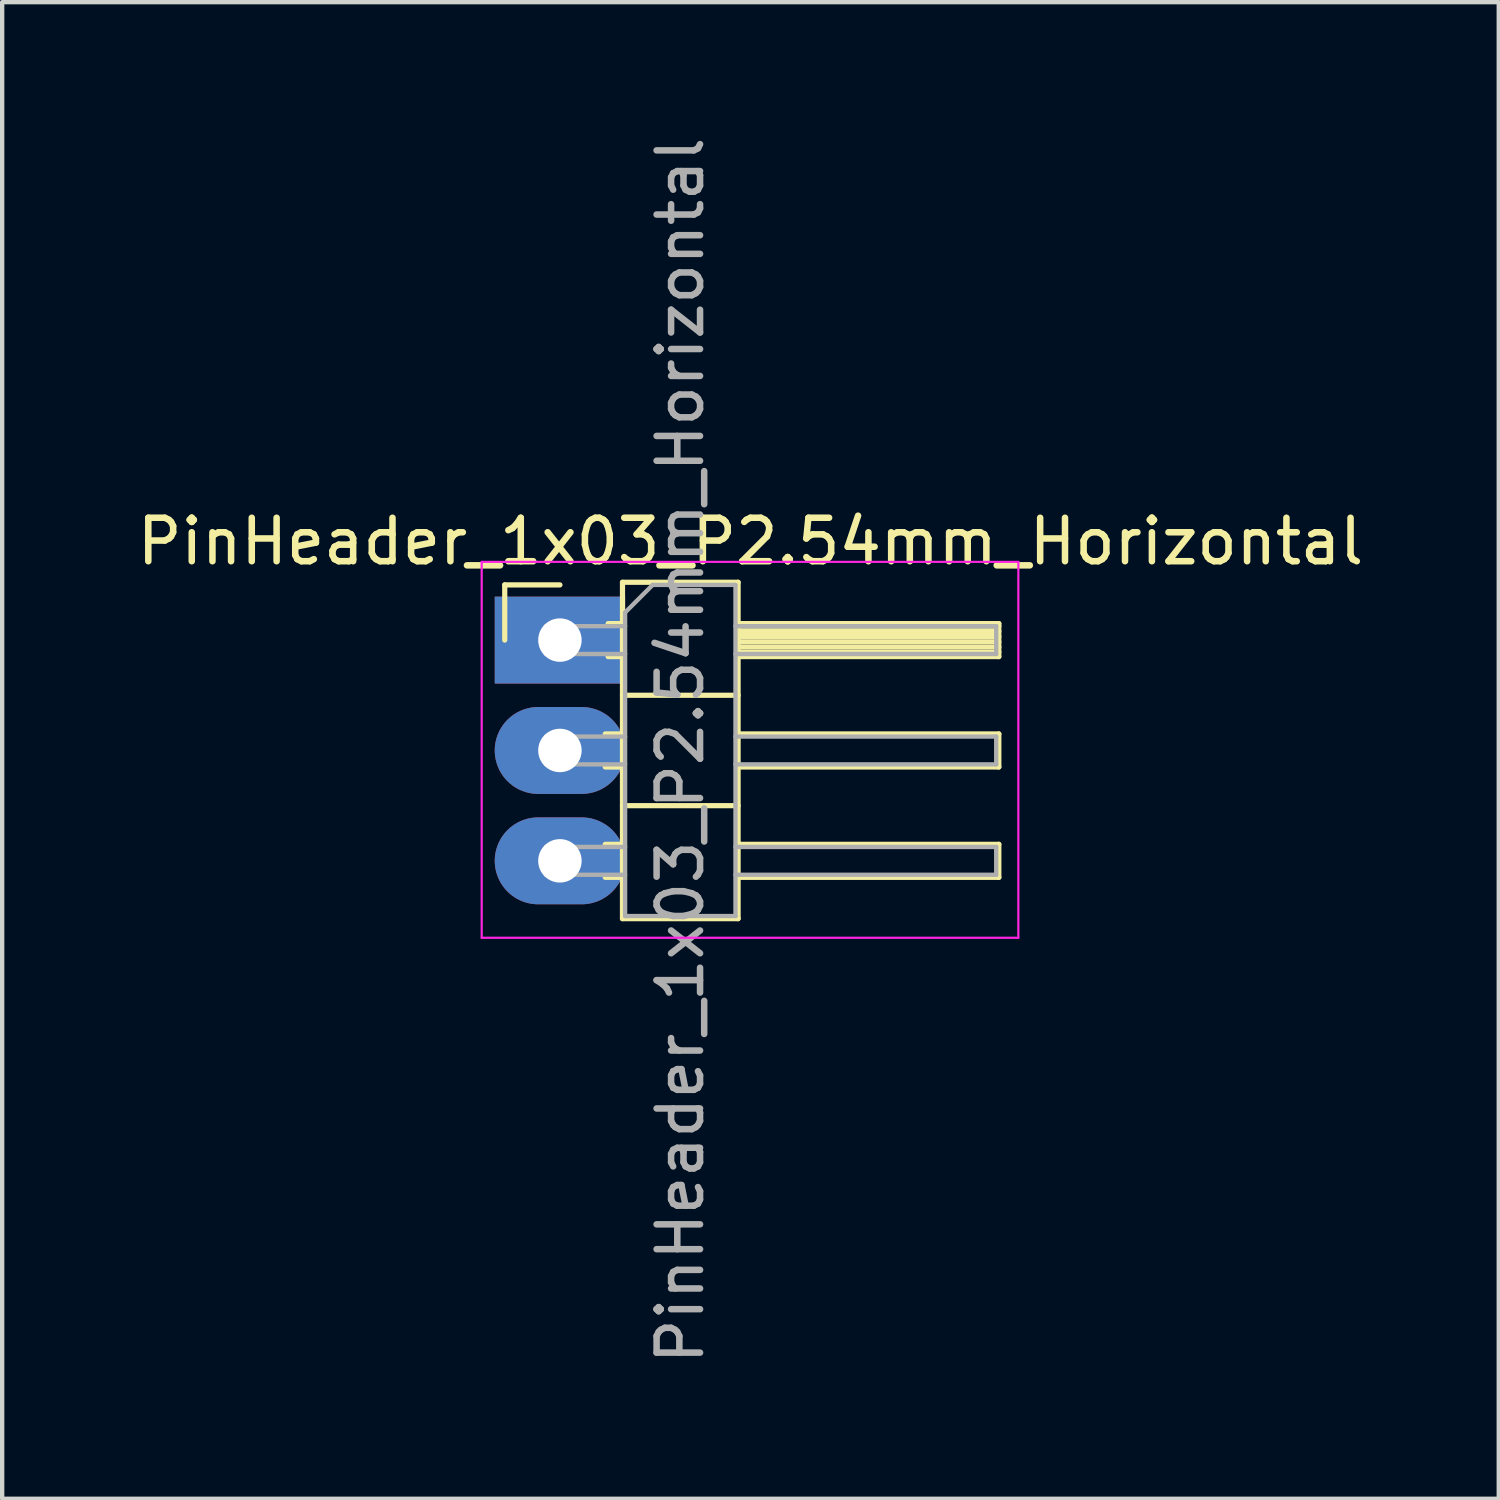
<source format=kicad_pcb>
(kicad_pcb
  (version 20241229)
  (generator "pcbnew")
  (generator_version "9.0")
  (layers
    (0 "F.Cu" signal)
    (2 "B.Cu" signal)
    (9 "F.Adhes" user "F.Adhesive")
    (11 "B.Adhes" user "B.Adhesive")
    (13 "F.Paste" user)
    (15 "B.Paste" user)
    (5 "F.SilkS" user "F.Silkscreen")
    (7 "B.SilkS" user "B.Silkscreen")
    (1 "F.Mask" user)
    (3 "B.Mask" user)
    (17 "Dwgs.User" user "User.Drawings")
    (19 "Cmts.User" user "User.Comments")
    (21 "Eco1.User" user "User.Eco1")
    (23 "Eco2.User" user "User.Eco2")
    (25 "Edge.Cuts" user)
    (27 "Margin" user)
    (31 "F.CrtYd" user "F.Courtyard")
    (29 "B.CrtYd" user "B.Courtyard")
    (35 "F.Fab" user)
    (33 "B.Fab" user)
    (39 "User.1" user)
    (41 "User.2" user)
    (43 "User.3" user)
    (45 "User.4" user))
  (footprint "PinHeader_1x03_P2.54mm_Horizontal"
    (layer "F.Cu")
    (at 9.835 11.68)
    (property "Reference" "PinHeader_1x03_P2.54mm_Horizontal" (at 4.385 -2.27 0) (layer "F.SilkS") (effects (font (size 1 1) (thickness 0.15))))
    (attr through_hole)
    (fp_line (start -1.27 -1.27) (end 0 -1.27) (stroke (width 0.12) (type solid)) (layer "F.SilkS"))
    (fp_line (start -1.27 0) (end -1.27 -1.27) (stroke (width 0.12) (type solid)) (layer "F.SilkS"))
    (fp_line (start 1.043 2.16) (end 1.44 2.16) (stroke (width 0.12) (type solid)) (layer "F.SilkS"))
    (fp_line (start 1.043 2.92) (end 1.44 2.92) (stroke (width 0.12) (type solid)) (layer "F.SilkS"))
    (fp_line (start 1.043 4.7) (end 1.44 4.7) (stroke (width 0.12) (type solid)) (layer "F.SilkS"))
    (fp_line (start 1.043 5.46) (end 1.44 5.46) (stroke (width 0.12) (type solid)) (layer "F.SilkS"))
    (fp_line (start 1.11 -0.38) (end 1.44 -0.38) (stroke (width 0.12) (type solid)) (layer "F.SilkS"))
    (fp_line (start 1.11 0.38) (end 1.44 0.38) (stroke (width 0.12) (type solid)) (layer "F.SilkS"))
    (fp_line (start 1.44 -1.33) (end 1.44 6.41) (stroke (width 0.12) (type solid)) (layer "F.SilkS"))
    (fp_line (start 1.44 1.27) (end 4.1 1.27) (stroke (width 0.12) (type solid)) (layer "F.SilkS"))
    (fp_line (start 1.44 3.81) (end 4.1 3.81) (stroke (width 0.12) (type solid)) (layer "F.SilkS"))
    (fp_line (start 1.44 6.41) (end 4.1 6.41) (stroke (width 0.12) (type solid)) (layer "F.SilkS"))
    (fp_line (start 4.1 -1.33) (end 1.44 -1.33) (stroke (width 0.12) (type solid)) (layer "F.SilkS"))
    (fp_line (start 4.1 -0.38) (end 10.1 -0.38) (stroke (width 0.12) (type solid)) (layer "F.SilkS"))
    (fp_line (start 4.1 -0.32) (end 10.1 -0.32) (stroke (width 0.12) (type solid)) (layer "F.SilkS"))
    (fp_line (start 4.1 -0.2) (end 10.1 -0.2) (stroke (width 0.12) (type solid)) (layer "F.SilkS"))
    (fp_line (start 4.1 -0.08) (end 10.1 -0.08) (stroke (width 0.12) (type solid)) (layer "F.SilkS"))
    (fp_line (start 4.1 0.04) (end 10.1 0.04) (stroke (width 0.12) (type solid)) (layer "F.SilkS"))
    (fp_line (start 4.1 0.16) (end 10.1 0.16) (stroke (width 0.12) (type solid)) (layer "F.SilkS"))
    (fp_line (start 4.1 0.28) (end 10.1 0.28) (stroke (width 0.12) (type solid)) (layer "F.SilkS"))
    (fp_line (start 4.1 2.16) (end 10.1 2.16) (stroke (width 0.12) (type solid)) (layer "F.SilkS"))
    (fp_line (start 4.1 4.7) (end 10.1 4.7) (stroke (width 0.12) (type solid)) (layer "F.SilkS"))
    (fp_line (start 4.1 6.41) (end 4.1 -1.33) (stroke (width 0.12) (type solid)) (layer "F.SilkS"))
    (fp_line (start 10.1 -0.38) (end 10.1 0.38) (stroke (width 0.12) (type solid)) (layer "F.SilkS"))
    (fp_line (start 10.1 0.38) (end 4.1 0.38) (stroke (width 0.12) (type solid)) (layer "F.SilkS"))
    (fp_line (start 10.1 2.16) (end 10.1 2.92) (stroke (width 0.12) (type solid)) (layer "F.SilkS"))
    (fp_line (start 10.1 2.92) (end 4.1 2.92) (stroke (width 0.12) (type solid)) (layer "F.SilkS"))
    (fp_line (start 10.1 4.7) (end 10.1 5.46) (stroke (width 0.12) (type solid)) (layer "F.SilkS"))
    (fp_line (start 10.1 5.46) (end 4.1 5.46) (stroke (width 0.12) (type solid)) (layer "F.SilkS"))
    (fp_line (start -1.8 -1.8) (end -1.8 6.85) (stroke (width 0.05) (type solid)) (layer "F.CrtYd"))
    (fp_line (start -1.8 6.85) (end 10.55 6.85) (stroke (width 0.05) (type solid)) (layer "F.CrtYd"))
    (fp_line (start 10.55 -1.8) (end -1.8 -1.8) (stroke (width 0.05) (type solid)) (layer "F.CrtYd"))
    (fp_line (start 10.55 6.85) (end 10.55 -1.8) (stroke (width 0.05) (type solid)) (layer "F.CrtYd"))
    (fp_line (start -0.32 -0.32) (end -0.32 0.32) (stroke (width 0.1) (type solid)) (layer "F.Fab"))
    (fp_line (start -0.32 -0.32) (end 1.5 -0.32) (stroke (width 0.1) (type solid)) (layer "F.Fab"))
    (fp_line (start -0.32 0.32) (end 1.5 0.32) (stroke (width 0.1) (type solid)) (layer "F.Fab"))
    (fp_line (start -0.32 2.22) (end -0.32 2.86) (stroke (width 0.1) (type solid)) (layer "F.Fab"))
    (fp_line (start -0.32 2.22) (end 1.5 2.22) (stroke (width 0.1) (type solid)) (layer "F.Fab"))
    (fp_line (start -0.32 2.86) (end 1.5 2.86) (stroke (width 0.1) (type solid)) (layer "F.Fab"))
    (fp_line (start -0.32 4.76) (end -0.32 5.4) (stroke (width 0.1) (type solid)) (layer "F.Fab"))
    (fp_line (start -0.32 4.76) (end 1.5 4.76) (stroke (width 0.1) (type solid)) (layer "F.Fab"))
    (fp_line (start -0.32 5.4) (end 1.5 5.4) (stroke (width 0.1) (type solid)) (layer "F.Fab"))
    (fp_line (start 1.5 -0.635) (end 2.135 -1.27) (stroke (width 0.1) (type solid)) (layer "F.Fab"))
    (fp_line (start 1.5 6.35) (end 1.5 -0.635) (stroke (width 0.1) (type solid)) (layer "F.Fab"))
    (fp_line (start 2.135 -1.27) (end 4.04 -1.27) (stroke (width 0.1) (type solid)) (layer "F.Fab"))
    (fp_line (start 4.04 -1.27) (end 4.04 6.35) (stroke (width 0.1) (type solid)) (layer "F.Fab"))
    (fp_line (start 4.04 -0.32) (end 10.04 -0.32) (stroke (width 0.1) (type solid)) (layer "F.Fab"))
    (fp_line (start 4.04 0.32) (end 10.04 0.32) (stroke (width 0.1) (type solid)) (layer "F.Fab"))
    (fp_line (start 4.04 2.22) (end 10.04 2.22) (stroke (width 0.1) (type solid)) (layer "F.Fab"))
    (fp_line (start 4.04 2.86) (end 10.04 2.86) (stroke (width 0.1) (type solid)) (layer "F.Fab"))
    (fp_line (start 4.04 4.76) (end 10.04 4.76) (stroke (width 0.1) (type solid)) (layer "F.Fab"))
    (fp_line (start 4.04 5.4) (end 10.04 5.4) (stroke (width 0.1) (type solid)) (layer "F.Fab"))
    (fp_line (start 4.04 6.35) (end 1.5 6.35) (stroke (width 0.1) (type solid)) (layer "F.Fab"))
    (fp_line (start 10.04 -0.32) (end 10.04 0.32) (stroke (width 0.1) (type solid)) (layer "F.Fab"))
    (fp_line (start 10.04 2.22) (end 10.04 2.86) (stroke (width 0.1) (type solid)) (layer "F.Fab"))
    (fp_line (start 10.04 4.76) (end 10.04 5.4) (stroke (width 0.1) (type solid)) (layer "F.Fab"))
    (fp_text user "${REFERENCE}" (at 2.77 2.54 90) (layer "F.Fab") (effects (font (size 1 1) (thickness 0.15))))
    (pad "1" thru_hole rect (at 0 0) (size 3 2) (drill 1) (layers "*.Cu" "*.Mask"))
    (pad "2" thru_hole oval (at 0 2.54) (size 3 2) (drill 1) (layers "*.Cu" "*.Mask"))
    (pad "3" thru_hole oval (at 0 5.08) (size 3 2) (drill 1) (layers "*.Cu" "*.Mask" "B.Paste")))
  (gr_rect
    (start -3 -3)
    (end 31.44 31.44)
    (stroke (width 0.1) (type default))
    (fill no)
    (layer "Edge.Cuts")))
</source>
